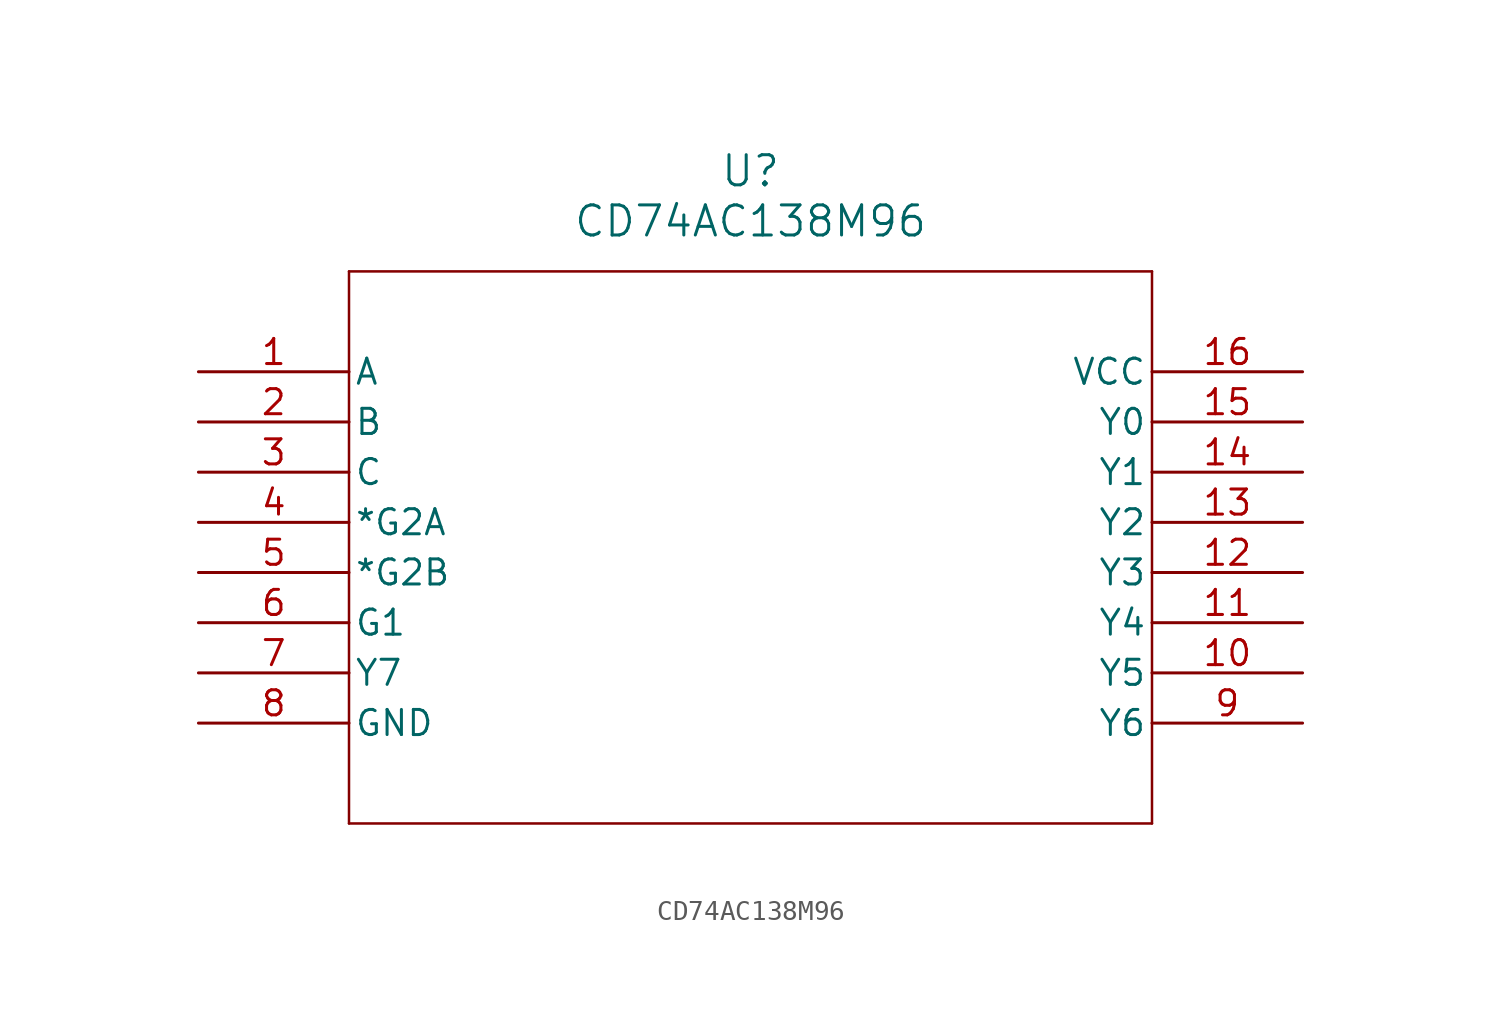
<source format=kicad_sym>
(kicad_symbol_lib
  (version 20211014)
  (generator kicad_symbol_editor)
  (symbol "CD74AC138M96"
    (pin_names
      (offset 0.254))
    (property "Reference" "U"
      (at 27.94 10.16 0)
      (effects (font (size 1.524 1.524))))
    (property "Value" "CD74AC138M96"
      (at 27.94 7.62 0)
      (effects (font (size 1.524 1.524))))
    (symbol "CD74AC138M96_0_1"
      (polyline (pts (xy 7.62 5.08) (xy 7.62 -22.86)) (stroke (width 0.127) (type default) (color 0 0 0 0)) (fill (type none)))
      (polyline (pts (xy 7.62 -22.86) (xy 48.26 -22.86)) (stroke (width 0.127) (type default) (color 0 0 0 0)) (fill (type none)))
      (polyline (pts (xy 48.26 -22.86) (xy 48.26 5.08)) (stroke (width 0.127) (type default) (color 0 0 0 0)) (fill (type none)))
      (polyline (pts (xy 48.26 5.08) (xy 7.62 5.08)) (stroke (width 0.127) (type default) (color 0 0 0 0)) (fill (type none)))
      (pin input line (at 0 0 0) (length 7.62) (name "A" (effects (font (size 1.27 1.27)))) (number "1" (effects (font (size 1.27 1.27)))))
      (pin input line (at 0 -2.54 0) (length 7.62) (name "B" (effects (font (size 1.27 1.27)))) (number "2" (effects (font (size 1.27 1.27)))))
      (pin input line (at 0 -5.08 0) (length 7.62) (name "C" (effects (font (size 1.27 1.27)))) (number "3" (effects (font (size 1.27 1.27)))))
      (pin input line (at 0 -7.62 0) (length 7.62) (name "*G2A" (effects (font (size 1.27 1.27)))) (number "4" (effects (font (size 1.27 1.27)))))
      (pin input line (at 0 -10.16 0) (length 7.62) (name "*G2B" (effects (font (size 1.27 1.27)))) (number "5" (effects (font (size 1.27 1.27)))))
      (pin input line (at 0 -12.7 0) (length 7.62) (name "G1" (effects (font (size 1.27 1.27)))) (number "6" (effects (font (size 1.27 1.27)))))
      (pin output line (at 0 -15.24 0) (length 7.62) (name "Y7" (effects (font (size 1.27 1.27)))) (number "7" (effects (font (size 1.27 1.27)))))
      (pin power_in line (at 0 -17.78 0) (length 7.62) (name "GND" (effects (font (size 1.27 1.27)))) (number "8" (effects (font (size 1.27 1.27)))))
      (pin output line (at 55.88 -17.78 180) (length 7.62) (name "Y6" (effects (font (size 1.27 1.27)))) (number "9" (effects (font (size 1.27 1.27)))))
      (pin output line (at 55.88 -15.24 180) (length 7.62) (name "Y5" (effects (font (size 1.27 1.27)))) (number "10" (effects (font (size 1.27 1.27)))))
      (pin output line (at 55.88 -12.7 180) (length 7.62) (name "Y4" (effects (font (size 1.27 1.27)))) (number "11" (effects (font (size 1.27 1.27)))))
      (pin output line (at 55.88 -10.16 180) (length 7.62) (name "Y3" (effects (font (size 1.27 1.27)))) (number "12" (effects (font (size 1.27 1.27)))))
      (pin output line (at 55.88 -7.62 180) (length 7.62) (name "Y2" (effects (font (size 1.27 1.27)))) (number "13" (effects (font (size 1.27 1.27)))))
      (pin output line (at 55.88 -5.08 180) (length 7.62) (name "Y1" (effects (font (size 1.27 1.27)))) (number "14" (effects (font (size 1.27 1.27)))))
      (pin output line (at 55.88 -2.54 180) (length 7.62) (name "Y0" (effects (font (size 1.27 1.27)))) (number "15" (effects (font (size 1.27 1.27)))))
      (pin power_in line (at 55.88 0 180) (length 7.62) (name "VCC" (effects (font (size 1.27 1.27)))) (number "16" (effects (font (size 1.27 1.27))))))))
</source>
